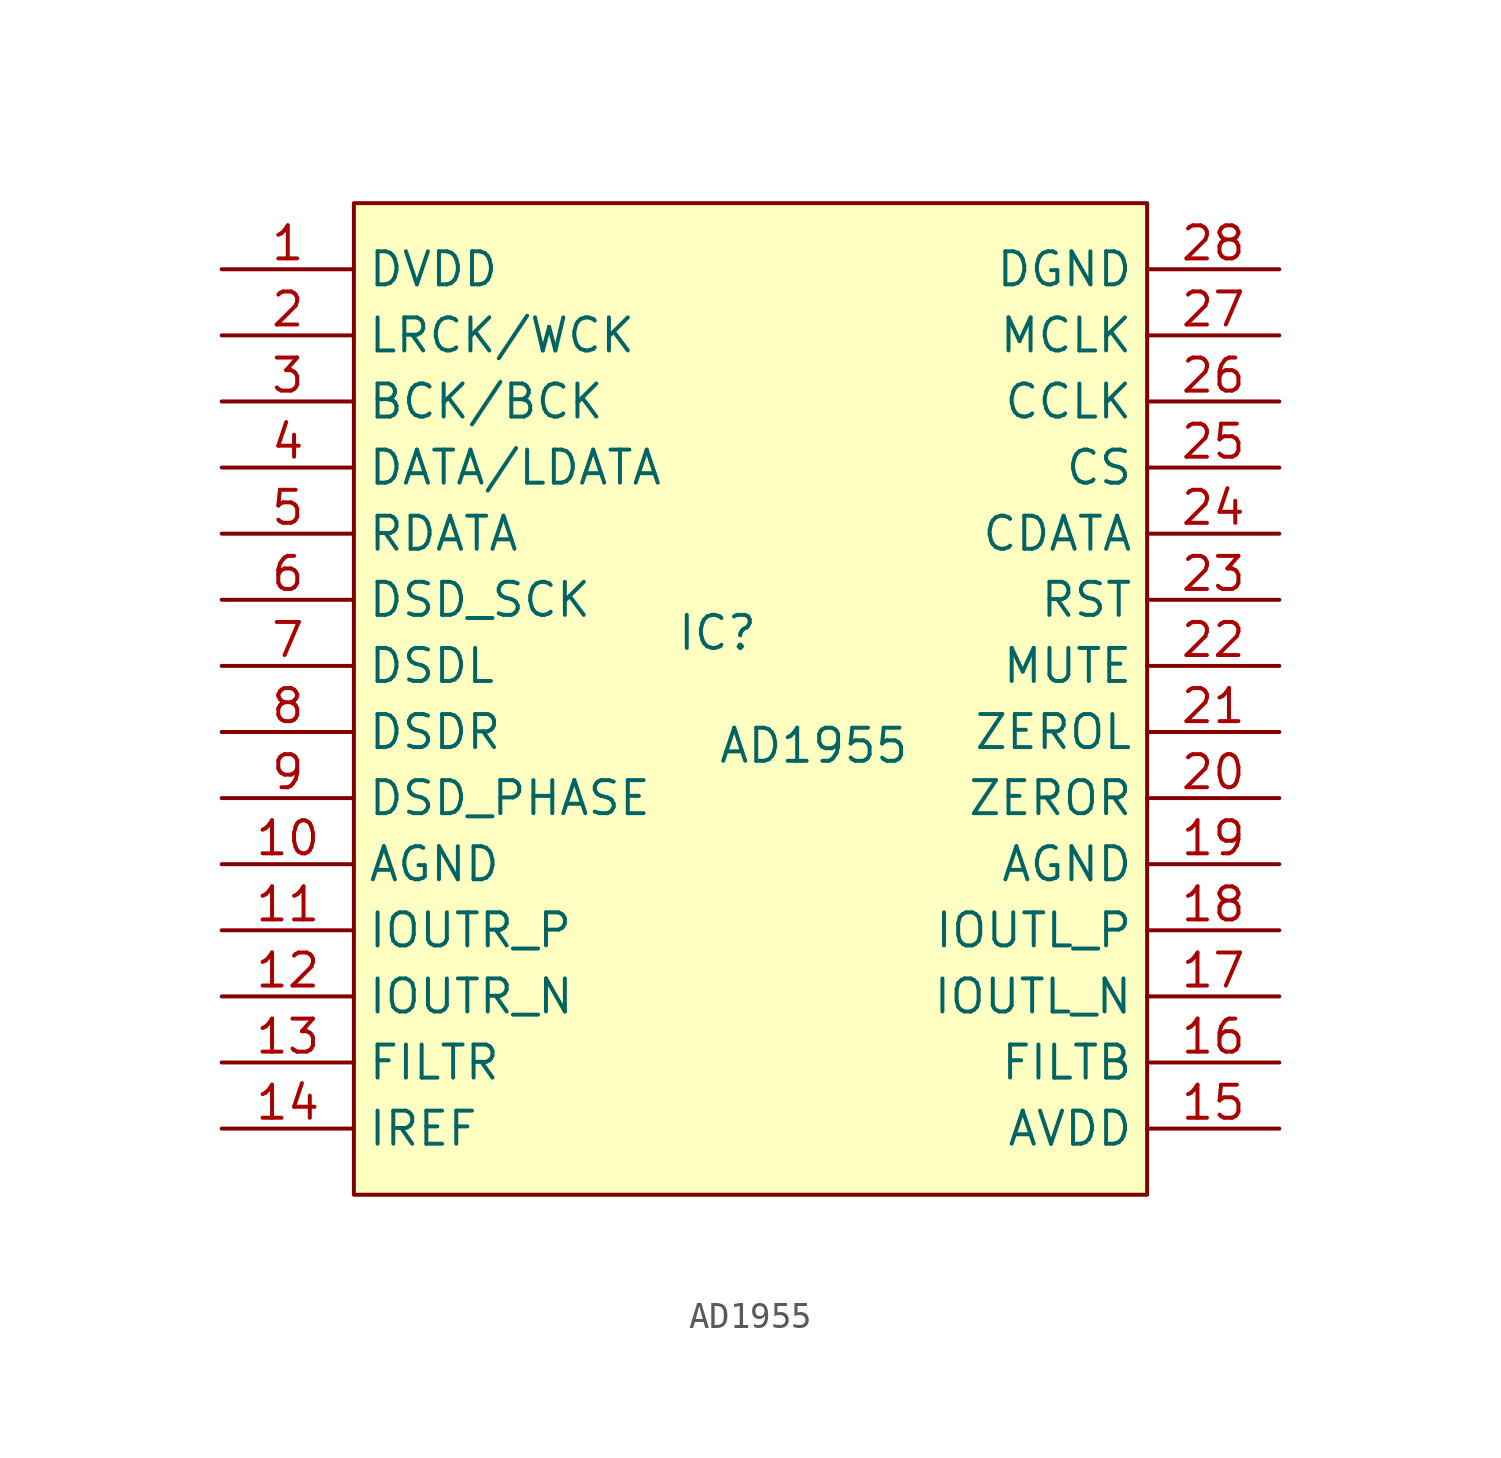
<source format=kicad_sym>
(kicad_symbol_lib
  (version 20231120)
  (generator "kicad_symbol_editor")
  (generator_version "8.0")
  (symbol "AD1955"
    (property "Reference" "IC"
      (at -1.27 1.27 0)
      (effects (font (size 1.27 1.27))))
    (property "Value" "AD1955"
      (at -1.27 -3.81 0)
      (effects (font (size 1.27 1.27)) (justify left bottom)))
    (symbol "AD1955_1_0"
      (rectangle (start -15.24 17.78) (end 15.24 -20.32) (stroke (width 0) (type solid) (color 128 0 0 1)) (fill (type background)))
      (pin passive line (at -20.32 15.24 0) (length 5.08) (name "DVDD" (effects (font (size 1.27 1.27)))) (number "1" (effects (font (size 1.27 1.27)))))
      (pin passive line (at -20.32 -7.62 0) (length 5.08) (name "AGND" (effects (font (size 1.27 1.27)))) (number "10" (effects (font (size 1.27 1.27)))))
      (pin output line (at -20.32 -10.16 0) (length 5.08) (name "IOUTR_P" (effects (font (size 1.27 1.27)))) (number "11" (effects (font (size 1.27 1.27)))))
      (pin output line (at -20.32 -12.7 0) (length 5.08) (name "IOUTR_N" (effects (font (size 1.27 1.27)))) (number "12" (effects (font (size 1.27 1.27)))))
      (pin output line (at -20.32 -15.24 0) (length 5.08) (name "FILTR" (effects (font (size 1.27 1.27)))) (number "13" (effects (font (size 1.27 1.27)))))
      (pin output line (at -20.32 -17.78 0) (length 5.08) (name "IREF" (effects (font (size 1.27 1.27)))) (number "14" (effects (font (size 1.27 1.27)))))
      (pin passive line (at 20.32 -17.78 180) (length 5.08) (name "AVDD" (effects (font (size 1.27 1.27)))) (number "15" (effects (font (size 1.27 1.27)))))
      (pin output line (at 20.32 -15.24 180) (length 5.08) (name "FILTB" (effects (font (size 1.27 1.27)))) (number "16" (effects (font (size 1.27 1.27)))))
      (pin output line (at 20.32 -12.7 180) (length 5.08) (name "IOUTL_N" (effects (font (size 1.27 1.27)))) (number "17" (effects (font (size 1.27 1.27)))))
      (pin output line (at 20.32 -10.16 180) (length 5.08) (name "IOUTL_P" (effects (font (size 1.27 1.27)))) (number "18" (effects (font (size 1.27 1.27)))))
      (pin passive line (at 20.32 -7.62 180) (length 5.08) (name "AGND" (effects (font (size 1.27 1.27)))) (number "19" (effects (font (size 1.27 1.27)))))
      (pin input line (at -20.32 12.7 0) (length 5.08) (name "LRCK/WCK" (effects (font (size 1.27 1.27)))) (number "2" (effects (font (size 1.27 1.27)))))
      (pin output line (at 20.32 -5.08 180) (length 5.08) (name "ZEROR" (effects (font (size 1.27 1.27)))) (number "20" (effects (font (size 1.27 1.27)))))
      (pin output line (at 20.32 -2.54 180) (length 5.08) (name "ZEROL" (effects (font (size 1.27 1.27)))) (number "21" (effects (font (size 1.27 1.27)))))
      (pin input line (at 20.32 0 180) (length 5.08) (name "MUTE" (effects (font (size 1.27 1.27)))) (number "22" (effects (font (size 1.27 1.27)))))
      (pin input line (at 20.32 2.54 180) (length 5.08) (name "RST" (effects (font (size 1.27 1.27)))) (number "23" (effects (font (size 1.27 1.27)))))
      (pin input line (at 20.32 5.08 180) (length 5.08) (name "CDATA" (effects (font (size 1.27 1.27)))) (number "24" (effects (font (size 1.27 1.27)))))
      (pin input line (at 20.32 7.62 180) (length 5.08) (name "CS" (effects (font (size 1.27 1.27)))) (number "25" (effects (font (size 1.27 1.27)))))
      (pin input line (at 20.32 10.16 180) (length 5.08) (name "CCLK" (effects (font (size 1.27 1.27)))) (number "26" (effects (font (size 1.27 1.27)))))
      (pin input line (at 20.32 12.7 180) (length 5.08) (name "MCLK" (effects (font (size 1.27 1.27)))) (number "27" (effects (font (size 1.27 1.27)))))
      (pin passive line (at 20.32 15.24 180) (length 5.08) (name "DGND" (effects (font (size 1.27 1.27)))) (number "28" (effects (font (size 1.27 1.27)))))
      (pin input line (at -20.32 10.16 0) (length 5.08) (name "BCK/BCK" (effects (font (size 1.27 1.27)))) (number "3" (effects (font (size 1.27 1.27)))))
      (pin input line (at -20.32 7.62 0) (length 5.08) (name "DATA/LDATA" (effects (font (size 1.27 1.27)))) (number "4" (effects (font (size 1.27 1.27)))))
      (pin input line (at -20.32 5.08 0) (length 5.08) (name "RDATA" (effects (font (size 1.27 1.27)))) (number "5" (effects (font (size 1.27 1.27)))))
      (pin bidirectional line (at -20.32 2.54 0) (length 5.08) (name "DSD_SCK" (effects (font (size 1.27 1.27)))) (number "6" (effects (font (size 1.27 1.27)))))
      (pin input line (at -20.32 0 0) (length 5.08) (name "DSDL" (effects (font (size 1.27 1.27)))) (number "7" (effects (font (size 1.27 1.27)))))
      (pin input line (at -20.32 -2.54 0) (length 5.08) (name "DSDR" (effects (font (size 1.27 1.27)))) (number "8" (effects (font (size 1.27 1.27)))))
      (pin bidirectional line (at -20.32 -5.08 0) (length 5.08) (name "DSD_PHASE" (effects (font (size 1.27 1.27)))) (number "9" (effects (font (size 1.27 1.27))))))))
</source>
